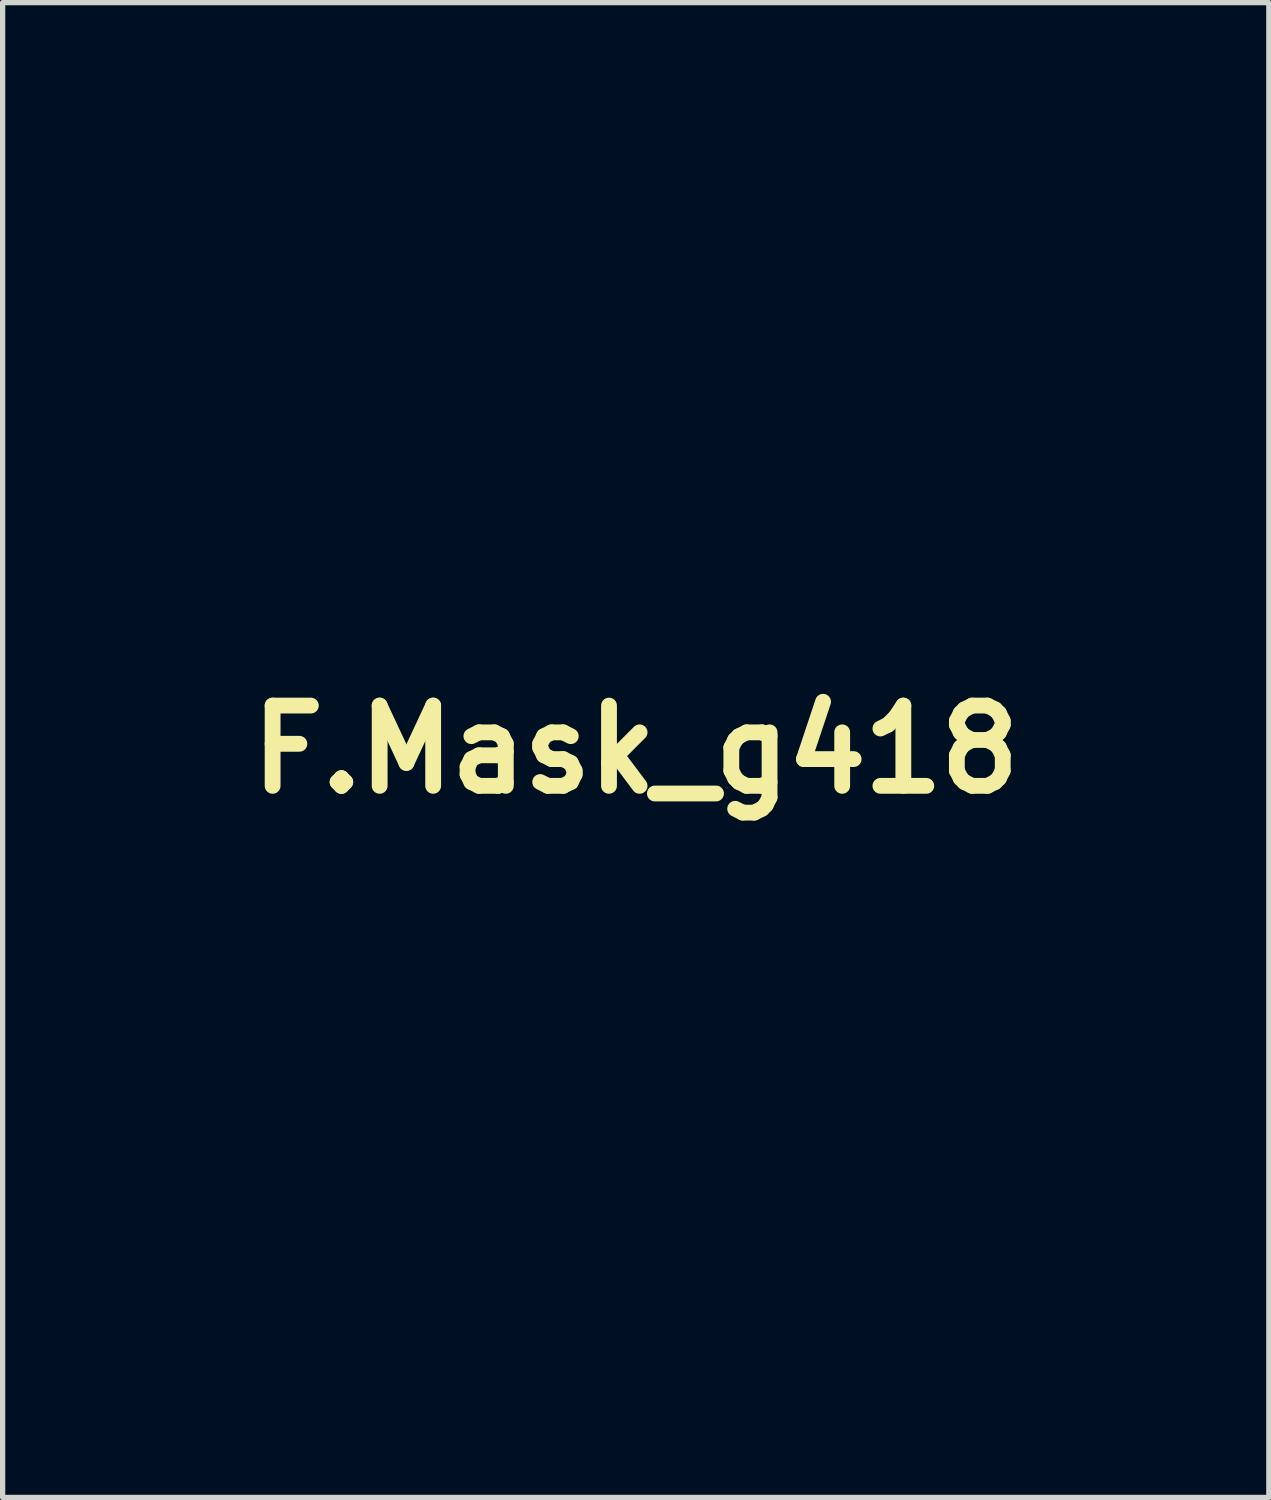
<source format=kicad_pcb>
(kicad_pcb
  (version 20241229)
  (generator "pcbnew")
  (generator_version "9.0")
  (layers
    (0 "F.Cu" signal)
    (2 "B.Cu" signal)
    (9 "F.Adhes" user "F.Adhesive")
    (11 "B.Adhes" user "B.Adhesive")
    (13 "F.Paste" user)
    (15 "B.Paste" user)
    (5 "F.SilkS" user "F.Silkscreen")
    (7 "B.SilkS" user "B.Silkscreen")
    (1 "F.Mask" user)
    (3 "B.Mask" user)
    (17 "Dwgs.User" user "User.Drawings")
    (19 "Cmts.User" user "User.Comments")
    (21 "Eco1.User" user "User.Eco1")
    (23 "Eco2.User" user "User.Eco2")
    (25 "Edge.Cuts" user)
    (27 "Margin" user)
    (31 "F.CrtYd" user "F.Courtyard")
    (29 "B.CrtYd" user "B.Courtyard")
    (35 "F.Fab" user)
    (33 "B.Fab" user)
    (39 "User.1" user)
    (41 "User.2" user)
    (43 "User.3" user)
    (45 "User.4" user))
  (footprint "F.Mask_g418"
    (layer "F.Cu")
    (at 9.02 11.18)
    (property "Reference" "F.Mask_g418" (at 0 0 0) (layer "F.SilkS") (effects (font (size 1.524 1.524) (thickness 0.3))))
    (attr through_hole)
    (fp_poly (pts (xy -0.076 5.869) (xy 0.095 5.915) (xy 0.274 5.991) (xy 0.278 5.993) (xy 0.672 6.17) (xy 1.071 6.321) (xy 1.482 6.448) (xy 1.91 6.553) (xy 2.36 6.636) (xy 2.838 6.698) (xy 3.334 6.741) (xy 3.581 6.759) (xy 3.791 6.777) (xy 3.969 6.797) (xy 4.121 6.819) (xy 4.253 6.844) (xy 4.369 6.873) (xy 4.475 6.908) (xy 4.577 6.949) (xy 4.63 6.974) (xy 4.792 7.07) (xy 4.938 7.194) (xy 5.06 7.337) (xy 5.149 7.492) (xy 5.165 7.531) (xy 5.201 7.626) (xy 4.891 7.935) (xy 4.806 8.021) (xy 4.696 8.132) (xy 4.568 8.262) (xy 4.427 8.406) (xy 4.278 8.559) (xy 4.126 8.714) (xy 3.978 8.868) (xy 3.957 8.888) (xy 3.815 9.035) (xy 3.672 9.18) (xy 3.535 9.319) (xy 3.407 9.447) (xy 3.293 9.56) (xy 3.198 9.652) (xy 3.127 9.72) (xy 3.111 9.734) (xy 2.752 10.042) (xy 2.398 10.311) (xy 2.047 10.542) (xy 1.697 10.735) (xy 1.344 10.894) (xy 0.985 11.018) (xy 0.617 11.11) (xy 0.29 11.165) (xy 0.164 11.177) (xy 0.008 11.186) (xy -0.164 11.192) (xy -0.344 11.194) (xy -0.52 11.193) (xy -0.682 11.188) (xy -0.818 11.179) (xy -0.876 11.173) (xy -1.304 11.097) (xy -1.72 10.982) (xy -2.123 10.829) (xy -2.51 10.641) (xy -2.879 10.419) (xy -3.228 10.165) (xy -3.555 9.882) (xy -3.857 9.57) (xy -4.133 9.233) (xy -4.381 8.871) (xy -4.597 8.488) (xy -4.781 8.084) (xy -4.93 7.661) (xy -4.965 7.537) (xy -4.993 7.436) (xy -5.015 7.349) (xy -5.025 7.308) (xy -4.924 7.308) (xy -4.923 7.333) (xy -4.91 7.39) (xy -4.889 7.471) (xy -4.86 7.57) (xy -4.826 7.677) (xy -4.79 7.786) (xy -4.754 7.89) (xy -4.721 7.979) (xy -4.72 7.98) (xy -4.531 8.4) (xy -4.308 8.799) (xy -4.052 9.175) (xy -3.767 9.524) (xy -3.453 9.845) (xy -3.113 10.134) (xy -2.75 10.39) (xy -2.707 10.417) (xy -2.363 10.609) (xy -1.994 10.775) (xy -1.609 10.913) (xy -1.219 11.017) (xy -0.833 11.086) (xy -0.815 11.089) (xy -0.704 11.098) (xy -0.563 11.105) (xy -0.404 11.109) (xy -0.239 11.109) (xy -0.079 11.106) (xy 0.062 11.099) (xy 0.159 11.091) (xy 0.567 11.025) (xy 0.971 10.922) (xy 1.362 10.783) (xy 1.733 10.611) (xy 1.846 10.55) (xy 2.073 10.414) (xy 2.299 10.264) (xy 2.527 10.096) (xy 2.761 9.908) (xy 3.005 9.696) (xy 3.261 9.458) (xy 3.534 9.192) (xy 3.826 8.892) (xy 3.847 8.871) (xy 3.985 8.727) (xy 4.139 8.567) (xy 4.3 8.402) (xy 4.457 8.241) (xy 4.6 8.094) (xy 4.686 8.007) (xy 5.087 7.601) (xy 5.047 7.51) (xy 4.956 7.359) (xy 4.831 7.223) (xy 4.676 7.107) (xy 4.497 7.016) (xy 4.469 7.005) (xy 4.385 6.975) (xy 4.295 6.949) (xy 4.195 6.926) (xy 4.08 6.906) (xy 3.946 6.887) (xy 3.789 6.869) (xy 3.603 6.852) (xy 3.384 6.834) (xy 3.128 6.816) (xy 3.111 6.815) (xy 2.67 6.773) (xy 2.229 6.707) (xy 1.795 6.62) (xy 1.374 6.513) (xy 0.973 6.387) (xy 0.6 6.245) (xy 0.288 6.103) (xy 0.084 6.012) (xy -0.108 5.956) (xy -0.298 5.931) (xy -0.498 5.938) (xy -0.701 5.969) (xy -0.81 5.994) (xy -0.921 6.024) (xy -1.039 6.062) (xy -1.171 6.109) (xy -1.322 6.169) (xy -1.499 6.242) (xy -1.708 6.332) (xy -1.725 6.34) (xy -1.895 6.414) (xy -2.034 6.474) (xy -2.153 6.523) (xy -2.261 6.565) (xy -2.365 6.603) (xy -2.475 6.641) (xy -2.6 6.681) (xy -2.749 6.726) (xy -2.863 6.761) (xy -3.374 6.911) (xy -3.852 7.043) (xy -4.296 7.156) (xy -4.513 7.208) (xy -4.638 7.237) (xy -4.747 7.263) (xy -4.836 7.284) (xy -4.896 7.3) (xy -4.923 7.308) (xy -4.924 7.308) (xy -5.025 7.308) (xy -5.031 7.284) (xy -5.038 7.25) (xy -5.038 7.248) (xy -5.019 7.23) (xy -4.97 7.214) (xy -4.938 7.208) (xy -4.872 7.195) (xy -4.771 7.173) (xy -4.641 7.143) (xy -4.489 7.106) (xy -4.319 7.063) (xy -4.137 7.017) (xy -3.951 6.969) (xy -3.765 6.92) (xy -3.586 6.871) (xy -3.419 6.826) (xy -3.271 6.784) (xy -3.207 6.765) (xy -2.971 6.695) (xy -2.77 6.633) (xy -2.595 6.577) (xy -2.439 6.525) (xy -2.297 6.473) (xy -2.159 6.42) (xy -2.021 6.363) (xy -1.873 6.3) (xy -1.841 6.286) (xy -1.604 6.183) (xy -1.399 6.097) (xy -1.222 6.027) (xy -1.067 5.971) (xy -0.929 5.928) (xy -0.804 5.895) (xy -0.685 5.872) (xy -0.569 5.857) (xy -0.454 5.849) (xy -0.254 5.847) (xy -0.076 5.869)) (stroke (width 0.01) (type solid)) (fill yes) (layer "F.Mask"))
    (fp_poly (pts (xy -6.211 -2.693) (xy -6.175 -2.649) (xy -6.131 -2.587) (xy -6.124 -2.577) (xy -6.044 -2.472) (xy -5.938 -2.354) (xy -5.812 -2.23) (xy -5.676 -2.108) (xy -5.539 -1.998) (xy -5.425 -1.918) (xy -5.34 -1.865) (xy -5.227 -1.799) (xy -5.095 -1.725) (xy -4.956 -1.649) (xy -4.82 -1.578) (xy -4.815 -1.576) (xy -4.655 -1.492) (xy -4.51 -1.413) (xy -4.375 -1.334) (xy -4.243 -1.252) (xy -4.109 -1.163) (xy -3.966 -1.062) (xy -3.807 -0.945) (xy -3.627 -0.808) (xy -3.469 -0.685) (xy -3.254 -0.515) (xy -3.066 -0.358) (xy -2.895 -0.207) (xy -2.731 -0.051) (xy -2.566 0.116) (xy -2.389 0.304) (xy -2.291 0.413) (xy -2.205 0.505) (xy -2.101 0.615) (xy -1.988 0.73) (xy -1.877 0.84) (xy -1.838 0.878) (xy -1.66 1.06) (xy -1.514 1.229) (xy -1.395 1.395) (xy -1.298 1.564) (xy -1.217 1.746) (xy -1.177 1.857) (xy -1.141 1.968) (xy -1.112 2.075) (xy -1.089 2.183) (xy -1.071 2.297) (xy -1.06 2.423) (xy -1.053 2.564) (xy -1.051 2.727) (xy -1.054 2.915) (xy -1.06 3.135) (xy -1.071 3.391) (xy -1.074 3.453) (xy -1.085 3.682) (xy -1.097 3.874) (xy -1.109 4.034) (xy -1.123 4.167) (xy -1.139 4.277) (xy -1.158 4.371) (xy -1.181 4.452) (xy -1.208 4.527) (xy -1.241 4.599) (xy -1.251 4.618) (xy -1.345 4.765) (xy -1.46 4.875) (xy -1.549 4.929) (xy -1.584 4.945) (xy -1.619 4.958) (xy -1.659 4.971) (xy -1.713 4.984) (xy -1.784 4.998) (xy -1.88 5.015) (xy -2.007 5.037) (xy -2.138 5.059) (xy -2.343 5.098) (xy -2.568 5.148) (xy -2.817 5.213) (xy -3.094 5.291) (xy -3.404 5.385) (xy -3.567 5.437) (xy -3.808 5.512) (xy -4.018 5.572) (xy -4.206 5.62) (xy -4.379 5.657) (xy -4.546 5.686) (xy -4.716 5.707) (xy -4.794 5.715) (xy -4.891 5.721) (xy -5.023 5.726) (xy -5.183 5.73) (xy -5.362 5.732) (xy -5.553 5.732) (xy -5.75 5.732) (xy -5.944 5.73) (xy -6.128 5.726) (xy -6.294 5.721) (xy -6.435 5.715) (xy -6.46 5.714) (xy -6.838 5.673) (xy -7.19 5.6) (xy -7.517 5.493) (xy -7.817 5.353) (xy -8.092 5.18) (xy -8.34 4.973) (xy -8.383 4.932) (xy -8.478 4.831) (xy -8.56 4.731) (xy -8.629 4.627) (xy -8.687 4.513) (xy -8.737 4.385) (xy -8.779 4.237) (xy -8.816 4.065) (xy -8.849 3.864) (xy -8.881 3.629) (xy -8.901 3.455) (xy -8.918 3.302) (xy -8.937 3.15) (xy -8.955 3.008) (xy -8.972 2.886) (xy -8.985 2.794) (xy -8.989 2.774) (xy -9.007 2.611) (xy -9.015 2.42) (xy -9.013 2.236) (xy -8.93 2.236) (xy -8.929 2.478) (xy -8.905 2.703) (xy -8.901 2.726) (xy -8.89 2.8) (xy -8.875 2.906) (xy -8.858 3.037) (xy -8.84 3.183) (xy -8.822 3.335) (xy -8.816 3.393) (xy -8.787 3.635) (xy -8.759 3.84) (xy -8.731 4.014) (xy -8.7 4.161) (xy -8.666 4.289) (xy -8.627 4.401) (xy -8.583 4.504) (xy -8.531 4.603) (xy -8.527 4.61) (xy -8.433 4.744) (xy -8.304 4.882) (xy -8.146 5.019) (xy -7.967 5.148) (xy -7.772 5.266) (xy -7.696 5.306) (xy -7.45 5.416) (xy -7.192 5.502) (xy -6.915 5.566) (xy -6.611 5.61) (xy -6.361 5.63) (xy -6.218 5.637) (xy -6.051 5.641) (xy -5.865 5.643) (xy -5.669 5.643) (xy -5.468 5.641) (xy -5.269 5.638) (xy -5.081 5.633) (xy -4.909 5.626) (xy -4.76 5.618) (xy -4.642 5.608) (xy -4.578 5.601) (xy -4.475 5.585) (xy -4.381 5.568) (xy -4.292 5.55) (xy -4.199 5.528) (xy -4.097 5.501) (xy -3.978 5.466) (xy -3.836 5.423) (xy -3.663 5.369) (xy -3.556 5.335) (xy -3.239 5.236) (xy -2.955 5.153) (xy -2.698 5.084) (xy -2.461 5.027) (xy -2.24 4.981) (xy -2.028 4.945) (xy -1.937 4.932) (xy -1.841 4.916) (xy -1.747 4.897) (xy -1.674 4.878) (xy -1.67 4.877) (xy -1.541 4.814) (xy -1.431 4.714) (xy -1.341 4.578) (xy -1.27 4.407) (xy -1.221 4.202) (xy -1.197 4.022) (xy -1.19 3.932) (xy -1.183 3.811) (xy -1.175 3.667) (xy -1.167 3.507) (xy -1.16 3.339) (xy -1.153 3.17) (xy -1.147 3.008) (xy -1.142 2.859) (xy -1.139 2.732) (xy -1.138 2.634) (xy -1.138 2.582) (xy -1.168 2.272) (xy -1.239 1.974) (xy -1.35 1.686) (xy -1.406 1.575) (xy -1.501 1.411) (xy -1.604 1.266) (xy -1.725 1.126) (xy -1.875 0.98) (xy -1.886 0.969) (xy -1.955 0.903) (xy -2.046 0.812) (xy -2.151 0.703) (xy -2.265 0.583) (xy -2.38 0.46) (xy -2.446 0.388) (xy -2.573 0.248) (xy -2.683 0.13) (xy -2.781 0.029) (xy -2.873 -0.063) (xy -2.967 -0.149) (xy -3.066 -0.237) (xy -3.179 -0.331) (xy -3.311 -0.437) (xy -3.468 -0.562) (xy -3.535 -0.614) (xy -3.759 -0.788) (xy -3.958 -0.937) (xy -4.137 -1.065) (xy -4.302 -1.176) (xy -4.458 -1.273) (xy -4.611 -1.36) (xy -4.766 -1.441) (xy -4.769 -1.443) (xy -5.053 -1.59) (xy -5.3 -1.729) (xy -5.514 -1.863) (xy -5.699 -1.994) (xy -5.859 -2.127) (xy -5.997 -2.262) (xy -6.118 -2.404) (xy -6.168 -2.471) (xy -6.212 -2.528) (xy -6.246 -2.568) (xy -6.263 -2.582) (xy -6.288 -2.571) (xy -6.332 -2.542) (xy -6.342 -2.535) (xy -6.44 -2.457) (xy -6.532 -2.377) (xy -6.622 -2.289) (xy -6.715 -2.187) (xy -6.814 -2.067) (xy -6.926 -1.923) (xy -7.053 -1.751) (xy -7.103 -1.683) (xy -7.196 -1.556) (xy -7.3 -1.417) (xy -7.404 -1.28) (xy -7.499 -1.157) (xy -7.54 -1.105) (xy -7.855 -0.677) (xy -8.133 -0.232) (xy -8.373 0.228) (xy -8.574 0.701) (xy -8.736 1.185) (xy -8.785 1.365) (xy -8.858 1.684) (xy -8.906 1.972) (xy -8.93 2.236) (xy -9.013 2.236) (xy -9.012 2.213) (xy -8.999 2.002) (xy -8.976 1.801) (xy -8.946 1.629) (xy -8.816 1.118) (xy -8.646 0.622) (xy -8.436 0.136) (xy -8.416 0.095) (xy -8.292 -0.149) (xy -8.165 -0.377) (xy -8.027 -0.599) (xy -7.874 -0.823) (xy -7.699 -1.06) (xy -7.558 -1.24) (xy -7.475 -1.347) (xy -7.376 -1.477) (xy -7.273 -1.615) (xy -7.174 -1.75) (xy -7.123 -1.821) (xy -6.989 -1.999) (xy -6.851 -2.168) (xy -6.713 -2.323) (xy -6.58 -2.458) (xy -6.459 -2.567) (xy -6.371 -2.632) (xy -6.309 -2.672) (xy -6.258 -2.7) (xy -6.233 -2.709) (xy -6.211 -2.693)) (stroke (width 0.01) (type solid)) (fill yes) (layer "F.Mask"))
    (fp_poly (pts (xy -1.141 -11.171) (xy -0.969 -11.159) (xy -0.845 -11.143) (xy -0.546 -11.074) (xy -0.248 -10.97) (xy 0.037 -10.835) (xy 0.299 -10.675) (xy 0.347 -10.64) (xy 0.418 -10.586) (xy 0.488 -10.527) (xy 0.563 -10.46) (xy 0.645 -10.381) (xy 0.737 -10.286) (xy 0.843 -10.172) (xy 0.967 -10.037) (xy 1.11 -9.876) (xy 1.277 -9.686) (xy 1.288 -9.673) (xy 1.526 -9.406) (xy 1.742 -9.171) (xy 1.939 -8.965) (xy 2.121 -8.786) (xy 2.291 -8.632) (xy 2.451 -8.499) (xy 2.605 -8.386) (xy 2.756 -8.289) (xy 2.905 -8.206) (xy 3.057 -8.134) (xy 3.07 -8.129) (xy 3.214 -8.072) (xy 3.343 -8.029) (xy 3.471 -8) (xy 3.608 -7.981) (xy 3.765 -7.972) (xy 3.93 -7.968) (xy 4.292 -7.966) (xy 4.377 -7.899) (xy 4.425 -7.86) (xy 4.497 -7.801) (xy 4.583 -7.73) (xy 4.674 -7.653) (xy 4.692 -7.639) (xy 4.871 -7.492) (xy 5.026 -7.373) (xy 5.163 -7.278) (xy 5.286 -7.206) (xy 5.4 -7.151) (xy 5.512 -7.112) (xy 5.609 -7.089) (xy 5.705 -7.064) (xy 5.804 -7.028) (xy 5.86 -7.002) (xy 5.929 -6.97) (xy 5.991 -6.948) (xy 6.022 -6.943) (xy 6.057 -6.93) (xy 6.119 -6.897) (xy 6.2 -6.846) (xy 6.292 -6.782) (xy 6.311 -6.769) (xy 6.53 -6.62) (xy 6.726 -6.506) (xy 6.902 -6.425) (xy 7.058 -6.378) (xy 7.091 -6.372) (xy 7.158 -6.359) (xy 7.258 -6.338) (xy 7.382 -6.31) (xy 7.522 -6.278) (xy 7.67 -6.243) (xy 7.736 -6.226) (xy 7.892 -6.189) (xy 8.014 -6.16) (xy 8.112 -6.139) (xy 8.192 -6.124) (xy 8.264 -6.115) (xy 8.335 -6.11) (xy 8.414 -6.107) (xy 8.508 -6.107) (xy 8.525 -6.107) (xy 8.632 -6.106) (xy 8.723 -6.106) (xy 8.789 -6.104) (xy 8.823 -6.103) (xy 8.826 -6.102) (xy 8.818 -6.082) (xy 8.794 -6.03) (xy 8.756 -5.948) (xy 8.707 -5.843) (xy 8.649 -5.719) (xy 8.584 -5.581) (xy 8.574 -5.559) (xy 8.444 -5.278) (xy 8.333 -5.029) (xy 8.24 -4.809) (xy 8.163 -4.613) (xy 8.1 -4.438) (xy 8.05 -4.278) (xy 8.026 -4.191) (xy 7.989 -4.045) (xy 7.961 -3.916) (xy 7.939 -3.794) (xy 7.922 -3.665) (xy 7.908 -3.518) (xy 7.896 -3.36) (xy 7.887 -3.254) (xy 7.872 -3.115) (xy 7.853 -2.953) (xy 7.832 -2.777) (xy 7.808 -2.597) (xy 7.785 -2.44) (xy 7.759 -2.259) (xy 7.739 -2.112) (xy 7.723 -1.989) (xy 7.712 -1.881) (xy 7.705 -1.781) (xy 7.7 -1.678) (xy 7.698 -1.565) (xy 7.697 -1.433) (xy 7.696 -1.323) (xy 7.697 -1.134) (xy 7.701 -0.978) (xy 7.709 -0.848) (xy 7.724 -0.735) (xy 7.747 -0.63) (xy 7.78 -0.526) (xy 7.825 -0.412) (xy 7.883 -0.282) (xy 7.936 -0.169) (xy 8.06 0.111) (xy 8.168 0.394) (xy 8.259 0.684) (xy 8.335 0.987) (xy 8.397 1.309) (xy 8.447 1.653) (xy 8.484 2.027) (xy 8.512 2.434) (xy 8.52 2.603) (xy 8.529 2.764) (xy 8.543 2.91) (xy 8.565 3.052) (xy 8.595 3.197) (xy 8.637 3.355) (xy 8.69 3.534) (xy 8.759 3.743) (xy 8.763 3.757) (xy 8.827 3.947) (xy 8.878 4.104) (xy 8.919 4.232) (xy 8.949 4.339) (xy 8.972 4.43) (xy 8.988 4.512) (xy 8.998 4.59) (xy 9.005 4.671) (xy 9.01 4.76) (xy 9.011 4.795) (xy 9.014 4.962) (xy 9.005 5.1) (xy 8.983 5.223) (xy 8.945 5.343) (xy 8.889 5.474) (xy 8.864 5.524) (xy 8.804 5.633) (xy 8.738 5.728) (xy 8.652 5.827) (xy 8.605 5.876) (xy 8.462 6.005) (xy 8.319 6.102) (xy 8.162 6.173) (xy 8.033 6.213) (xy 7.939 6.231) (xy 7.815 6.245) (xy 7.672 6.253) (xy 7.524 6.256) (xy 7.382 6.254) (xy 7.258 6.245) (xy 7.239 6.243) (xy 7.165 6.233) (xy 7.059 6.217) (xy 6.933 6.198) (xy 6.798 6.177) (xy 6.699 6.161) (xy 6.539 6.136) (xy 6.41 6.116) (xy 6.303 6.1) (xy 6.207 6.088) (xy 6.114 6.078) (xy 6.012 6.07) (xy 5.892 6.061) (xy 5.768 6.053) (xy 5.624 6.043) (xy 5.486 6.03) (xy 5.348 6.014) (xy 5.202 5.993) (xy 5.044 5.967) (xy 4.866 5.934) (xy 4.662 5.894) (xy 4.426 5.846) (xy 4.311 5.822) (xy 4.061 5.77) (xy 3.845 5.726) (xy 3.657 5.69) (xy 3.49 5.66) (xy 3.337 5.635) (xy 3.192 5.614) (xy 3.049 5.596) (xy 2.9 5.579) (xy 2.879 5.577) (xy 2.693 5.557) (xy 2.517 5.537) (xy 2.345 5.514) (xy 2.171 5.488) (xy 1.992 5.459) (xy 1.8 5.425) (xy 1.592 5.386) (xy 1.361 5.34) (xy 1.102 5.286) (xy 0.811 5.224) (xy 0.627 5.185) (xy 0.452 5.147) (xy 0.29 5.112) (xy 0.146 5.081) (xy 0.024 5.055) (xy -0.07 5.035) (xy -0.133 5.022) (xy -0.16 5.017) (xy -0.16 5.016) (xy -0.172 4.997) (xy -0.19 4.941) (xy -0.212 4.855) (xy -0.237 4.745) (xy -0.264 4.618) (xy -0.292 4.478) (xy -0.319 4.331) (xy -0.344 4.185) (xy -0.366 4.044) (xy -0.369 4.022) (xy -0.385 3.902) (xy -0.404 3.751) (xy -0.425 3.577) (xy -0.447 3.386) (xy -0.47 3.183) (xy -0.493 2.977) (xy -0.515 2.773) (xy -0.535 2.577) (xy -0.553 2.397) (xy -0.568 2.238) (xy -0.58 2.108) (xy -0.587 2.012) (xy -0.587 2.004) (xy -0.589 1.879) (xy -0.579 1.763) (xy -0.553 1.652) (xy -0.511 1.542) (xy -0.448 1.43) (xy -0.364 1.312) (xy -0.256 1.185) (xy -0.121 1.045) (xy 0.043 0.888) (xy 0.239 0.712) (xy 0.311 0.648) (xy 0.41 0.557) (xy 0.511 0.458) (xy 0.603 0.361) (xy 0.674 0.278) (xy 0.682 0.269) (xy 0.771 0.155) (xy 0.852 0.058) (xy 0.932 -0.029) (xy 1.014 -0.11) (xy 1.104 -0.189) (xy 1.208 -0.271) (xy 1.331 -0.361) (xy 1.478 -0.463) (xy 1.655 -0.582) (xy 1.693 -0.608) (xy 1.87 -0.727) (xy 2.015 -0.828) (xy 2.135 -0.916) (xy 2.234 -0.995) (xy 2.317 -1.07) (xy 2.39 -1.145) (xy 2.458 -1.224) (xy 2.52 -1.303) (xy 2.623 -1.433) (xy 2.732 -1.553) (xy 2.853 -1.669) (xy 2.994 -1.788) (xy 3.162 -1.918) (xy 3.252 -1.983) (xy 3.434 -2.119) (xy 3.581 -2.239) (xy 3.697 -2.347) (xy 3.783 -2.446) (xy 3.845 -2.541) (xy 3.883 -2.635) (xy 3.902 -2.732) (xy 3.905 -2.794) (xy 3.903 -2.893) (xy 3.895 -2.955) (xy 3.874 -2.982) (xy 3.832 -2.979) (xy 3.763 -2.95) (xy 3.7 -2.919) (xy 3.622 -2.881) (xy 3.515 -2.832) (xy 3.39 -2.776) (xy 3.258 -2.718) (xy 3.16 -2.675) (xy 2.941 -2.58) (xy 2.757 -2.496) (xy 2.6 -2.418) (xy 2.466 -2.342) (xy 2.347 -2.266) (xy 2.238 -2.185) (xy 2.133 -2.096) (xy 2.027 -1.995) (xy 1.975 -1.944) (xy 1.902 -1.869) (xy 1.837 -1.801) (xy 1.777 -1.736) (xy 1.717 -1.668) (xy 1.654 -1.593) (xy 1.582 -1.506) (xy 1.499 -1.401) (xy 1.399 -1.274) (xy 1.278 -1.12) (xy 1.241 -1.073) (xy 1.062 -0.846) (xy 0.879 -0.619) (xy 0.696 -0.396) (xy 0.514 -0.179) (xy 0.336 0.029) (xy 0.165 0.225) (xy 0.003 0.406) (xy -0.148 0.57) (xy -0.285 0.714) (xy -0.405 0.836) (xy -0.507 0.932) (xy -0.588 1) (xy -0.644 1.036) (xy -0.77 1.075) (xy -0.903 1.074) (xy -1.036 1.033) (xy -1.05 1.027) (xy -1.138 0.97) (xy -1.244 0.88) (xy -1.366 0.757) (xy -1.501 0.606) (xy -1.643 0.434) (xy -1.734 0.323) (xy -1.841 0.198) (xy -1.95 0.075) (xy -2.037 -0.019) (xy -2.108 -0.096) (xy -2.199 -0.2) (xy -2.304 -0.322) (xy -2.417 -0.456) (xy -2.531 -0.594) (xy -2.622 -0.707) (xy -2.73 -0.839) (xy -2.838 -0.971) (xy -2.942 -1.095) (xy -3.036 -1.206) (xy -3.114 -1.295) (xy -3.166 -1.353) (xy -3.376 -1.563) (xy -3.622 -1.785) (xy -3.9 -2.015) (xy -4.205 -2.249) (xy -4.534 -2.486) (xy -4.842 -2.695) (xy -5.068 -2.847) (xy -5.26 -2.984) (xy -5.421 -3.109) (xy -5.556 -3.226) (xy -5.667 -3.338) (xy -5.759 -3.448) (xy -5.836 -3.561) (xy -5.9 -3.679) (xy -5.902 -3.683) (xy -5.939 -3.761) (xy -5.962 -3.822) (xy -5.974 -3.882) (xy -5.978 -3.954) (xy -5.978 -4.008) (xy -5.898 -4.008) (xy -5.873 -3.864) (xy -5.814 -3.717) (xy -5.717 -3.564) (xy -5.582 -3.402) (xy -5.514 -3.332) (xy -5.436 -3.256) (xy -5.359 -3.187) (xy -5.276 -3.118) (xy -5.18 -3.045) (xy -5.064 -2.963) (xy -4.923 -2.866) (xy -4.847 -2.816) (xy -4.587 -2.64) (xy -4.357 -2.48) (xy -4.152 -2.333) (xy -3.965 -2.192) (xy -3.791 -2.054) (xy -3.623 -1.914) (xy -3.456 -1.768) (xy -3.371 -1.69) (xy -3.281 -1.607) (xy -3.198 -1.526) (xy -3.117 -1.443) (xy -3.034 -1.353) (xy -2.944 -1.25) (xy -2.843 -1.131) (xy -2.726 -0.989) (xy -2.59 -0.82) (xy -2.543 -0.762) (xy -2.437 -0.632) (xy -2.326 -0.498) (xy -2.216 -0.369) (xy -2.114 -0.253) (xy -2.029 -0.158) (xy -1.999 -0.127) (xy -1.911 -0.032) (xy -1.808 0.085) (xy -1.698 0.212) (xy -1.594 0.338) (xy -1.539 0.405) (xy -1.41 0.564) (xy -1.3 0.69) (xy -1.205 0.789) (xy -1.121 0.864) (xy -1.045 0.919) (xy -0.988 0.951) (xy -0.899 0.985) (xy -0.817 0.993) (xy -0.735 0.974) (xy -0.646 0.924) (xy -0.544 0.843) (xy -0.488 0.792) (xy -0.391 0.696) (xy -0.272 0.57) (xy -0.133 0.419) (xy 0.02 0.247) (xy 0.185 0.058) (xy 0.357 -0.144) (xy 0.535 -0.355) (xy 0.713 -0.57) (xy 0.888 -0.786) (xy 1.058 -0.998) (xy 1.196 -1.175) (xy 1.382 -1.412) (xy 1.547 -1.617) (xy 1.697 -1.795) (xy 1.836 -1.949) (xy 1.968 -2.082) (xy 2.098 -2.199) (xy 2.23 -2.301) (xy 2.367 -2.394) (xy 2.515 -2.481) (xy 2.678 -2.565) (xy 2.86 -2.65) (xy 3.066 -2.739) (xy 3.122 -2.762) (xy 3.255 -2.82) (xy 3.395 -2.882) (xy 3.529 -2.943) (xy 3.643 -2.998) (xy 3.685 -3.019) (xy 3.773 -3.063) (xy 3.847 -3.099) (xy 3.898 -3.124) (xy 3.92 -3.133) (xy 3.932 -3.114) (xy 3.951 -3.066) (xy 3.968 -3.015) (xy 3.996 -2.87) (xy 3.994 -2.717) (xy 3.963 -2.572) (xy 3.938 -2.508) (xy 3.877 -2.411) (xy 3.78 -2.299) (xy 3.651 -2.176) (xy 3.493 -2.043) (xy 3.313 -1.906) (xy 3.148 -1.786) (xy 3.013 -1.681) (xy 2.903 -1.588) (xy 2.809 -1.499) (xy 2.727 -1.41) (xy 2.65 -1.314) (xy 2.625 -1.281) (xy 2.542 -1.174) (xy 2.455 -1.075) (xy 2.361 -0.981) (xy 2.252 -0.887) (xy 2.124 -0.788) (xy 1.971 -0.678) (xy 1.787 -0.553) (xy 1.766 -0.539) (xy 1.579 -0.414) (xy 1.423 -0.307) (xy 1.294 -0.214) (xy 1.188 -0.132) (xy 1.099 -0.057) (xy 1.023 0.015) (xy 0.956 0.087) (xy 0.892 0.164) (xy 0.877 0.183) (xy 0.804 0.278) (xy 0.736 0.36) (xy 0.667 0.438) (xy 0.593 0.515) (xy 0.506 0.6) (xy 0.401 0.697) (xy 0.273 0.813) (xy 0.21 0.869) (xy 0.046 1.017) (xy -0.088 1.144) (xy -0.195 1.255) (xy -0.281 1.354) (xy -0.348 1.447) (xy -0.401 1.539) (xy -0.444 1.633) (xy -0.467 1.697) (xy -0.479 1.732) (xy -0.489 1.764) (xy -0.496 1.797) (xy -0.501 1.834) (xy -0.503 1.88) (xy -0.502 1.938) (xy -0.498 2.013) (xy -0.49 2.107) (xy -0.479 2.226) (xy -0.465 2.372) (xy -0.446 2.549) (xy -0.423 2.762) (xy -0.403 2.953) (xy -0.367 3.274) (xy -0.331 3.574) (xy -0.296 3.849) (xy -0.26 4.099) (xy -0.226 4.32) (xy -0.194 4.511) (xy -0.162 4.668) (xy -0.133 4.791) (xy -0.107 4.876) (xy -0.083 4.922) (xy -0.078 4.927) (xy -0.052 4.935) (xy 0.01 4.951) (xy 0.104 4.973) (xy 0.225 5.001) (xy 0.367 5.033) (xy 0.527 5.068) (xy 0.698 5.105) (xy 0.876 5.143) (xy 1.057 5.181) (xy 1.235 5.218) (xy 1.405 5.253) (xy 1.562 5.285) (xy 1.702 5.312) (xy 1.82 5.335) (xy 1.863 5.343) (xy 2.162 5.394) (xy 2.447 5.436) (xy 2.74 5.472) (xy 2.942 5.493) (xy 3.072 5.507) (xy 3.196 5.522) (xy 3.319 5.539) (xy 3.449 5.559) (xy 3.591 5.583) (xy 3.751 5.613) (xy 3.935 5.65) (xy 4.149 5.694) (xy 4.35 5.735) (xy 4.608 5.789) (xy 4.831 5.833) (xy 5.026 5.869) (xy 5.2 5.899) (xy 5.358 5.922) (xy 5.508 5.941) (xy 5.655 5.955) (xy 5.806 5.967) (xy 5.853 5.97) (xy 6.013 5.981) (xy 6.159 5.993) (xy 6.303 6.009) (xy 6.454 6.029) (xy 6.622 6.054) (xy 6.818 6.086) (xy 6.884 6.097) (xy 7.165 6.139) (xy 7.412 6.163) (xy 7.629 6.169) (xy 7.818 6.158) (xy 7.984 6.129) (xy 7.998 6.126) (xy 8.204 6.053) (xy 8.388 5.944) (xy 8.529 5.822) (xy 8.685 5.639) (xy 8.801 5.447) (xy 8.879 5.241) (xy 8.921 5.018) (xy 8.927 4.942) (xy 8.93 4.848) (xy 8.928 4.759) (xy 8.919 4.668) (xy 8.904 4.57) (xy 8.879 4.459) (xy 8.845 4.329) (xy 8.799 4.176) (xy 8.741 3.992) (xy 8.689 3.831) (xy 8.639 3.678) (xy 8.593 3.528) (xy 8.551 3.39) (xy 8.516 3.27) (xy 8.491 3.178) (xy 8.478 3.126) (xy 8.467 3.053) (xy 8.455 2.947) (xy 8.443 2.819) (xy 8.433 2.677) (xy 8.424 2.532) (xy 8.424 2.523) (xy 8.399 2.115) (xy 8.364 1.742) (xy 8.319 1.399) (xy 8.261 1.081) (xy 8.19 0.782) (xy 8.104 0.496) (xy 8.002 0.217) (xy 7.883 -0.059) (xy 7.851 -0.127) (xy 7.778 -0.289) (xy 7.717 -0.444) (xy 7.668 -0.595) (xy 7.63 -0.749) (xy 7.604 -0.909) (xy 7.589 -1.079) (xy 7.585 -1.265) (xy 7.591 -1.471) (xy 7.607 -1.701) (xy 7.634 -1.96) (xy 7.67 -2.252) (xy 7.704 -2.501) (xy 7.727 -2.676) (xy 7.75 -2.856) (xy 7.771 -3.031) (xy 7.789 -3.192) (xy 7.802 -3.329) (xy 7.809 -3.418) (xy 7.829 -3.646) (xy 7.858 -3.863) (xy 7.899 -4.075) (xy 7.953 -4.288) (xy 8.022 -4.508) (xy 8.108 -4.743) (xy 8.212 -4.997) (xy 8.337 -5.278) (xy 8.404 -5.42) (xy 8.462 -5.544) (xy 8.517 -5.663) (xy 8.566 -5.769) (xy 8.605 -5.852) (xy 8.628 -5.902) (xy 8.679 -6.015) (xy 8.621 -6.002) (xy 8.546 -5.996) (xy 8.436 -6.003) (xy 8.295 -6.021) (xy 8.127 -6.05) (xy 7.938 -6.089) (xy 7.736 -6.136) (xy 7.592 -6.171) (xy 7.448 -6.204) (xy 7.312 -6.234) (xy 7.197 -6.258) (xy 7.112 -6.274) (xy 6.916 -6.323) (xy 6.711 -6.407) (xy 6.494 -6.527) (xy 6.262 -6.685) (xy 6.257 -6.688) (xy 6.169 -6.751) (xy 6.088 -6.803) (xy 6.024 -6.84) (xy 5.984 -6.857) (xy 5.98 -6.858) (xy 5.937 -6.867) (xy 5.871 -6.891) (xy 5.808 -6.919) (xy 5.721 -6.956) (xy 5.616 -6.991) (xy 5.523 -7.015) (xy 5.368 -7.063) (xy 5.202 -7.143) (xy 5.023 -7.255) (xy 4.827 -7.403) (xy 4.813 -7.414) (xy 4.71 -7.498) (xy 4.598 -7.589) (xy 4.491 -7.675) (xy 4.422 -7.732) (xy 4.244 -7.875) (xy 3.873 -7.882) (xy 3.722 -7.886) (xy 3.605 -7.891) (xy 3.511 -7.9) (xy 3.433 -7.912) (xy 3.36 -7.929) (xy 3.344 -7.933) (xy 3.162 -7.991) (xy 2.987 -8.06) (xy 2.815 -8.145) (xy 2.643 -8.246) (xy 2.469 -8.366) (xy 2.29 -8.507) (xy 2.102 -8.673) (xy 1.903 -8.864) (xy 1.689 -9.084) (xy 1.459 -9.335) (xy 1.208 -9.619) (xy 1.207 -9.62) (xy 1.001 -9.855) (xy 0.815 -10.058) (xy 0.647 -10.233) (xy 0.493 -10.382) (xy 0.349 -10.51) (xy 0.21 -10.617) (xy 0.075 -10.708) (xy -0.061 -10.786) (xy -0.203 -10.853) (xy -0.353 -10.912) (xy -0.442 -10.943) (xy -0.624 -11) (xy -0.791 -11.039) (xy -0.961 -11.066) (xy -1.148 -11.081) (xy -1.241 -11.086) (xy -1.58 -11.079) (xy -1.906 -11.033) (xy -2.218 -10.949) (xy -2.513 -10.827) (xy -2.79 -10.668) (xy -3.045 -10.473) (xy -3.176 -10.351) (xy -3.245 -10.277) (xy -3.332 -10.177) (xy -3.43 -10.06) (xy -3.53 -9.935) (xy -3.625 -9.811) (xy -3.633 -9.8) (xy -3.953 -9.357) (xy -4.236 -8.927) (xy -4.485 -8.508) (xy -4.702 -8.094) (xy -4.89 -7.683) (xy -5.05 -7.269) (xy -5.173 -6.889) (xy -5.204 -6.779) (xy -5.235 -6.664) (xy -5.264 -6.551) (xy -5.289 -6.448) (xy -5.308 -6.362) (xy -5.32 -6.299) (xy -5.323 -6.268) (xy -5.321 -6.265) (xy -5.303 -6.278) (xy -5.257 -6.312) (xy -5.188 -6.365) (xy -5.102 -6.432) (xy -5.005 -6.508) (xy -4.746 -6.706) (xy -4.511 -6.874) (xy -4.296 -7.013) (xy -4.096 -7.124) (xy -3.91 -7.211) (xy -3.732 -7.274) (xy -3.559 -7.316) (xy -3.388 -7.337) (xy -3.339 -7.34) (xy -3.227 -7.343) (xy -3.154 -7.341) (xy -3.117 -7.334) (xy -3.111 -7.327) (xy -3.127 -7.297) (xy -3.172 -7.244) (xy -3.24 -7.172) (xy -3.33 -7.084) (xy -3.435 -6.986) (xy -3.553 -6.879) (xy -3.678 -6.769) (xy -3.808 -6.658) (xy -3.937 -6.552) (xy -3.99 -6.51) (xy -4.284 -6.266) (xy -4.565 -6.013) (xy -4.829 -5.756) (xy -5.071 -5.498) (xy -5.288 -5.244) (xy -5.475 -4.998) (xy -5.629 -4.765) (xy -5.659 -4.715) (xy -5.714 -4.61) (xy -5.77 -4.489) (xy -5.82 -4.365) (xy -5.861 -4.252) (xy -5.886 -4.161) (xy -5.887 -4.153) (xy -5.898 -4.008) (xy -5.978 -4.008) (xy -5.978 -4.043) (xy -5.976 -4.143) (xy -5.969 -4.219) (xy -5.953 -4.289) (xy -5.925 -4.369) (xy -5.897 -4.438) (xy -5.816 -4.616) (xy -5.714 -4.806) (xy -5.601 -4.991) (xy -5.505 -5.131) (xy -5.35 -5.328) (xy -5.165 -5.54) (xy -4.956 -5.762) (xy -4.729 -5.988) (xy -4.49 -6.21) (xy -4.246 -6.424) (xy -4.053 -6.583) (xy -3.929 -6.684) (xy -3.803 -6.79) (xy -3.684 -6.892) (xy -3.579 -6.985) (xy -3.497 -7.061) (xy -3.482 -7.076) (xy -3.291 -7.263) (xy -3.418 -7.249) (xy -3.614 -7.211) (xy -3.829 -7.138) (xy -4.059 -7.034) (xy -4.3 -6.898) (xy -4.411 -6.827) (xy -4.483 -6.777) (xy -4.581 -6.707) (xy -4.696 -6.622) (xy -4.821 -6.527) (xy -4.948 -6.429) (xy -5.003 -6.386) (xy -5.118 -6.297) (xy -5.222 -6.215) (xy -5.311 -6.145) (xy -5.38 -6.091) (xy -5.425 -6.056) (xy -5.438 -6.045) (xy -5.452 -6.04) (xy -5.458 -6.055) (xy -5.456 -6.092) (xy -5.447 -6.157) (xy -5.428 -6.253) (xy -5.4 -6.385) (xy -5.384 -6.456) (xy -5.25 -6.964) (xy -5.075 -7.474) (xy -4.858 -7.985) (xy -4.601 -8.495) (xy -4.303 -9.003) (xy -4.123 -9.281) (xy -4.034 -9.411) (xy -3.932 -9.555) (xy -3.824 -9.705) (xy -3.713 -9.855) (xy -3.605 -9.997) (xy -3.506 -10.124) (xy -3.421 -10.229) (xy -3.363 -10.298) (xy -3.126 -10.533) (xy -2.864 -10.733) (xy -2.58 -10.899) (xy -2.275 -11.028) (xy -1.953 -11.12) (xy -1.833 -11.143) (xy -1.688 -11.162) (xy -1.515 -11.172) (xy -1.328 -11.175) (xy -1.141 -11.171)) (stroke (width 0.01) (type solid)) (fill yes) (layer "F.Mask")))
  (gr_rect
    (start -3 -3)
    (end 21.039 25.379)
    (stroke (width 0.1) (type default))
    (fill no)
    (layer "Edge.Cuts")))
</source>
